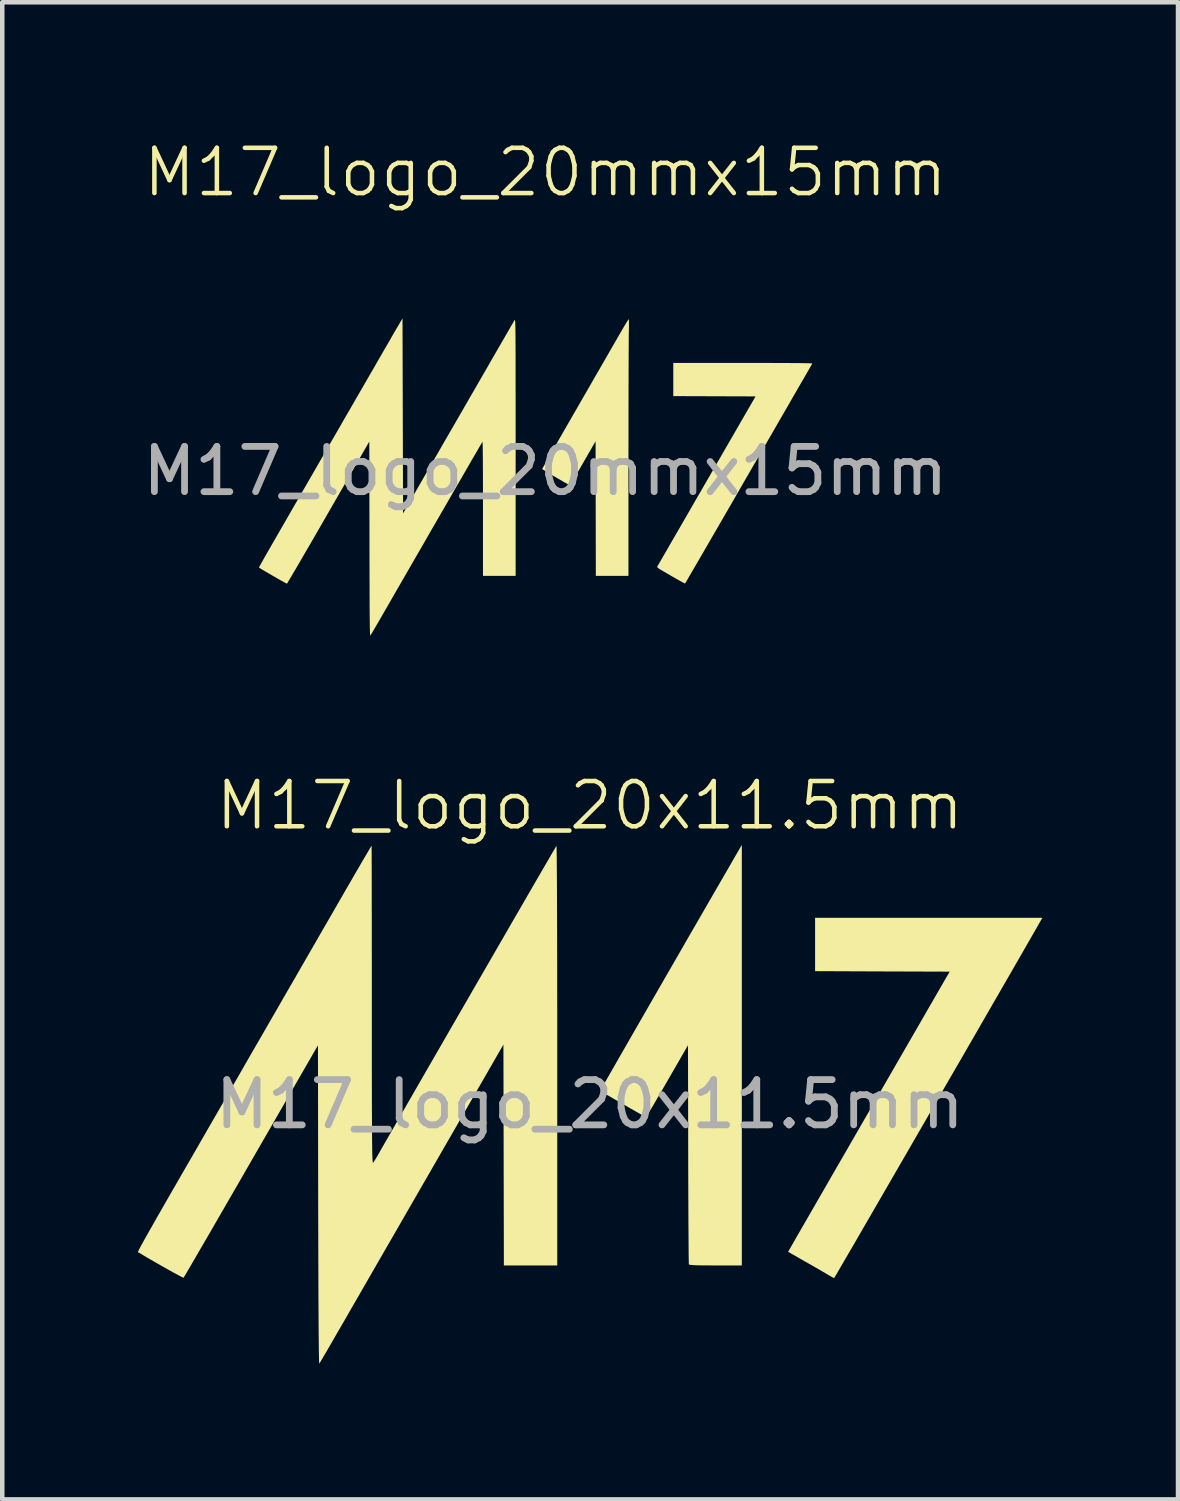
<source format=kicad_pcb>
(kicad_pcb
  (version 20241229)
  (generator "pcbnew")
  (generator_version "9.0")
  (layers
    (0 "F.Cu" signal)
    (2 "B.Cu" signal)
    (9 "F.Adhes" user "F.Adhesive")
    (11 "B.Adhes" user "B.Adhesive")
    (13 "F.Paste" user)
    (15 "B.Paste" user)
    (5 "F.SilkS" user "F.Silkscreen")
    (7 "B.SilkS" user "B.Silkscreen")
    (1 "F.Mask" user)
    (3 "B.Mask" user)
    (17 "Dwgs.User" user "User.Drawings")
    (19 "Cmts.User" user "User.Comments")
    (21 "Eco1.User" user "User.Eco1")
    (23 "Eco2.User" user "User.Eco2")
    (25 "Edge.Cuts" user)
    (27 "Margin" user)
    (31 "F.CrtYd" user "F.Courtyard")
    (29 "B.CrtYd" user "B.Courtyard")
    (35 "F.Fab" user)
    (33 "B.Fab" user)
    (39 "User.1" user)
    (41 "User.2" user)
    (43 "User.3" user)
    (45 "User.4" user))
  (footprint "M17_logo_20mmx15mm"
    (layer "F.Cu")
    (at 9.006 7.364)
    (property "Reference" "M17_logo_20mmx15mm" (at 0 -6.604 0) (unlocked yes) (layer "F.SilkS") (effects (font (size 1 1) (thickness 0.1))))
    (fp_poly (pts (xy 1.846 -3.345) (xy 1.848 -3.312) (xy 1.848 -3.259) (xy 1.848 -3.189) (xy 1.846 -3.106) (xy 1.846 -3.091) (xy 1.845 -3.053) (xy 1.844 -2.991) (xy 1.843 -2.908) (xy 1.843 -2.804) (xy 1.842 -2.68) (xy 1.841 -2.539) (xy 1.841 -2.381) (xy 1.84 -2.208) (xy 1.84 -2.02) (xy 1.839 -1.82) (xy 1.839 -1.608) (xy 1.838 -1.385) (xy 1.838 -1.154) (xy 1.838 -0.915) (xy 1.838 -0.67) (xy 1.837 -0.419) (xy 1.837 -0.254) (xy 1.837 2.317) (xy 1.477 2.317) (xy 1.116 2.317) (xy 1.113 0.829) (xy 1.11 -0.659) (xy 0.83 -0.173) (xy 0.773 -0.074) (xy 0.719 0.019) (xy 0.669 0.102) (xy 0.626 0.174) (xy 0.589 0.233) (xy 0.561 0.276) (xy 0.543 0.302) (xy 0.536 0.309) (xy 0.52 0.302) (xy 0.487 0.284) (xy 0.44 0.258) (xy 0.383 0.225) (xy 0.318 0.188) (xy 0.249 0.148) (xy 0.18 0.108) (xy 0.113 0.068) (xy 0.052 0.032) (xy 0 0) (xy -0.04 -0.025) (xy -0.064 -0.041) (xy -0.07 -0.046) (xy -0.064 -0.057) (xy -0.047 -0.089) (xy -0.019 -0.139) (xy 0.02 -0.207) (xy 0.067 -0.29) (xy 0.124 -0.389) (xy 0.188 -0.501) (xy 0.259 -0.625) (xy 0.337 -0.761) (xy 0.42 -0.906) (xy 0.509 -1.06) (xy 0.601 -1.221) (xy 0.698 -1.388) (xy 0.71 -1.41) (xy 0.81 -1.584) (xy 0.91 -1.756) (xy 1.007 -1.925) (xy 1.101 -2.089) (xy 1.192 -2.246) (xy 1.278 -2.395) (xy 1.358 -2.534) (xy 1.431 -2.662) (xy 1.497 -2.776) (xy 1.554 -2.875) (xy 1.602 -2.958) (xy 1.639 -3.023) (xy 1.661 -3.06) (xy 1.705 -3.137) (xy 1.747 -3.207) (xy 1.782 -3.266) (xy 1.811 -3.313) (xy 1.832 -3.344) (xy 1.842 -3.357) (xy 1.842 -3.357)) (stroke (width 0) (type solid)) (fill yes) (layer "F.SilkS"))
    (fp_poly (pts (xy 4.6 -2.391) (xy 4.82 -2.391) (xy 5.021 -2.39) (xy 5.203 -2.389) (xy 5.365 -2.389) (xy 5.507 -2.388) (xy 5.628 -2.387) (xy 5.727 -2.385) (xy 5.804 -2.384) (xy 5.859 -2.382) (xy 5.89 -2.381) (xy 5.898 -2.379) (xy 5.892 -2.363) (xy 5.876 -2.333) (xy 5.859 -2.303) (xy 5.849 -2.286) (xy 5.828 -2.249) (xy 5.795 -2.193) (xy 5.753 -2.119) (xy 5.7 -2.028) (xy 5.637 -1.92) (xy 5.566 -1.797) (xy 5.487 -1.66) (xy 5.4 -1.509) (xy 5.306 -1.346) (xy 5.205 -1.172) (xy 5.099 -0.987) (xy 4.987 -0.793) (xy 4.87 -0.591) (xy 4.749 -0.381) (xy 4.624 -0.165) (xy 4.496 0.057) (xy 4.458 0.122) (xy 4.33 0.344) (xy 4.205 0.561) (xy 4.084 0.771) (xy 3.967 0.973) (xy 3.855 1.167) (xy 3.748 1.351) (xy 3.647 1.525) (xy 3.553 1.688) (xy 3.466 1.838) (xy 3.386 1.975) (xy 3.315 2.098) (xy 3.252 2.206) (xy 3.199 2.297) (xy 3.155 2.372) (xy 3.122 2.429) (xy 3.099 2.466) (xy 3.089 2.484) (xy 3.088 2.485) (xy 3.075 2.48) (xy 3.044 2.464) (xy 2.998 2.439) (xy 2.938 2.405) (xy 2.868 2.366) (xy 2.791 2.322) (xy 2.769 2.309) (xy 2.681 2.258) (xy 2.611 2.217) (xy 2.558 2.186) (xy 2.52 2.162) (xy 2.494 2.144) (xy 2.479 2.131) (xy 2.473 2.121) (xy 2.473 2.113) (xy 2.477 2.105) (xy 2.477 2.105) (xy 2.485 2.091) (xy 2.505 2.058) (xy 2.535 2.006) (xy 2.575 1.936) (xy 2.625 1.85) (xy 2.684 1.749) (xy 2.75 1.633) (xy 2.824 1.505) (xy 2.905 1.366) (xy 2.991 1.216) (xy 3.083 1.057) (xy 3.179 0.891) (xy 3.279 0.717) (xy 3.372 0.556) (xy 3.479 0.372) (xy 3.585 0.188) (xy 3.689 0.008) (xy 3.79 -0.168) (xy 3.888 -0.337) (xy 3.981 -0.499) (xy 4.069 -0.651) (xy 4.151 -0.792) (xy 4.225 -0.921) (xy 4.291 -1.036) (xy 4.349 -1.136) (xy 4.396 -1.218) (xy 4.433 -1.281) (xy 4.449 -1.309) (xy 4.647 -1.651) (xy 3.738 -1.654) (xy 2.828 -1.657) (xy 2.828 -2.024) (xy 2.828 -2.391) (xy 4.363 -2.391)) (stroke (width 0) (type solid)) (fill yes) (layer "F.SilkS"))
    (fp_poly (pts (xy -3.152 -1.22) (xy -3.146 0.936) (xy -2.242 -0.633) (xy -2.079 -0.915) (xy -1.928 -1.177) (xy -1.788 -1.419) (xy -1.66 -1.642) (xy -1.541 -1.847) (xy -1.433 -2.035) (xy -1.334 -2.206) (xy -1.245 -2.361) (xy -1.164 -2.502) (xy -1.091 -2.628) (xy -1.026 -2.741) (xy -0.968 -2.841) (xy -0.917 -2.929) (xy -0.873 -3.006) (xy -0.834 -3.072) (xy -0.801 -3.129) (xy -0.774 -3.178) (xy -0.75 -3.218) (xy -0.731 -3.251) (xy -0.716 -3.277) (xy -0.704 -3.298) (xy -0.695 -3.314) (xy -0.688 -3.325) (xy -0.683 -3.333) (xy -0.68 -3.338) (xy -0.678 -3.341) (xy -0.675 -3.343) (xy -0.673 -3.343) (xy -0.671 -3.338) (xy -0.67 -3.329) (xy -0.668 -3.315) (xy -0.666 -3.295) (xy -0.665 -3.267) (xy -0.664 -3.231) (xy -0.663 -3.186) (xy -0.662 -3.131) (xy -0.661 -3.065) (xy -0.66 -2.987) (xy -0.66 -2.897) (xy -0.659 -2.792) (xy -0.659 -2.674) (xy -0.658 -2.54) (xy -0.658 -2.389) (xy -0.658 -2.222) (xy -0.658 -2.036) (xy -0.658 -1.831) (xy -0.657 -1.606) (xy -0.657 -1.36) (xy -0.657 -1.092) (xy -0.657 -0.802) (xy -0.657 -0.529) (xy -0.657 2.317) (xy -1.018 2.317) (xy -1.379 2.317) (xy -1.379 0.829) (xy -1.379 0.609) (xy -1.379 0.403) (xy -1.38 0.214) (xy -1.38 0.04) (xy -1.381 -0.116) (xy -1.382 -0.254) (xy -1.383 -0.372) (xy -1.384 -0.471) (xy -1.385 -0.549) (xy -1.387 -0.605) (xy -1.388 -0.638) (xy -1.39 -0.648) (xy -1.397 -0.637) (xy -1.415 -0.606) (xy -1.445 -0.556) (xy -1.485 -0.486) (xy -1.537 -0.396) (xy -1.601 -0.287) (xy -1.676 -0.157) (xy -1.762 -0.008) (xy -1.86 0.162) (xy -1.97 0.351) (xy -2.091 0.561) (xy -2.224 0.792) (xy -2.369 1.043) (xy -2.526 1.314) (xy -2.694 1.607) (xy -2.875 1.919) (xy -3.067 2.253) (xy -3.272 2.608) (xy -3.488 2.984) (xy -3.675 3.308) (xy -3.721 3.387) (xy -3.763 3.459) (xy -3.801 3.523) (xy -3.831 3.575) (xy -3.854 3.612) (xy -3.866 3.631) (xy -3.866 3.632) (xy -3.869 3.633) (xy -3.871 3.63) (xy -3.873 3.621) (xy -3.875 3.606) (xy -3.876 3.582) (xy -3.878 3.551) (xy -3.879 3.509) (xy -3.88 3.457) (xy -3.881 3.393) (xy -3.882 3.317) (xy -3.883 3.226) (xy -3.884 3.121) (xy -3.885 3) (xy -3.885 2.862) (xy -3.886 2.707) (xy -3.886 2.532) (xy -3.887 2.338) (xy -3.887 2.122) (xy -3.888 1.885) (xy -3.888 1.624) (xy -3.888 1.502) (xy -3.892 -0.653) (xy -4.797 0.917) (xy -4.901 1.098) (xy -5.002 1.273) (xy -5.099 1.441) (xy -5.191 1.6) (xy -5.279 1.751) (xy -5.36 1.89) (xy -5.434 2.018) (xy -5.501 2.133) (xy -5.561 2.234) (xy -5.611 2.32) (xy -5.652 2.39) (xy -5.683 2.441) (xy -5.703 2.475) (xy -5.712 2.488) (xy -5.713 2.488) (xy -5.726 2.482) (xy -5.758 2.466) (xy -5.803 2.441) (xy -5.86 2.41) (xy -5.924 2.373) (xy -5.993 2.334) (xy -6.063 2.293) (xy -6.132 2.253) (xy -6.195 2.216) (xy -6.25 2.183) (xy -6.293 2.157) (xy -6.321 2.139) (xy -6.331 2.13) (xy -6.325 2.118) (xy -6.308 2.087) (xy -6.281 2.039) (xy -6.246 1.975) (xy -6.202 1.898) (xy -6.152 1.81) (xy -6.096 1.713) (xy -6.036 1.608) (xy -6.009 1.562) (xy -5.934 1.431) (xy -5.851 1.287) (xy -5.762 1.133) (xy -5.667 0.968) (xy -5.567 0.794) (xy -5.462 0.613) (xy -5.354 0.425) (xy -5.243 0.232) (xy -5.128 0.034) (xy -5.013 -0.167) (xy -4.895 -0.37) (xy -4.778 -0.574) (xy -4.66 -0.778) (xy -4.543 -0.98) (xy -4.428 -1.181) (xy -4.314 -1.377) (xy -4.204 -1.569) (xy -4.096 -1.755) (xy -3.993 -1.934) (xy -3.894 -2.105) (xy -3.801 -2.266) (xy -3.714 -2.418) (xy -3.633 -2.557) (xy -3.56 -2.685) (xy -3.494 -2.798) (xy -3.437 -2.896) (xy -3.39 -2.979) (xy -3.352 -3.044) (xy -3.325 -3.091) (xy -3.309 -3.118) (xy -3.305 -3.125) (xy -3.279 -3.169) (xy -3.247 -3.223) (xy -3.216 -3.277) (xy -3.212 -3.284) (xy -3.158 -3.375)) (stroke (width 0) (type solid)) (fill yes) (layer "F.SilkS"))
    (fp_text user "${REFERENCE}" (at 0 0 0) (unlocked yes) (layer "F.Fab") (effects (font (size 1 1) (thickness 0.15)))))
  (footprint "M17_logo_20x11.5mm"
    (layer "F.Cu")
    (at 9.989 21.362)
    (property "Reference" "M17_logo_20x11.5mm" (at 0 -6.604 0) (unlocked yes) (layer "F.SilkS") (effects (font (size 1 1) (thickness 0.1))))
    (fp_poly (pts (xy 3.36 -1.086) (xy 3.36 3.563) (xy 2.779 3.563) (xy 2.602 3.562) (xy 2.462 3.561) (xy 2.355 3.559) (xy 2.277 3.555) (xy 2.226 3.55) (xy 2.198 3.544) (xy 2.189 3.538) (xy 2.188 3.515) (xy 2.187 3.455) (xy 2.185 3.359) (xy 2.184 3.231) (xy 2.183 3.073) (xy 2.182 2.887) (xy 2.18 2.676) (xy 2.179 2.442) (xy 2.178 2.188) (xy 2.177 1.917) (xy 2.176 1.63) (xy 2.175 1.33) (xy 2.175 1.104) (xy 2.17 -1.305) (xy 1.713 -0.513) (xy 1.619 -0.35) (xy 1.531 -0.199) (xy 1.451 -0.063) (xy 1.381 0.056) (xy 1.323 0.152) (xy 1.279 0.224) (xy 1.25 0.268) (xy 1.241 0.28) (xy 1.219 0.271) (xy 1.169 0.244) (xy 1.095 0.203) (xy 1.002 0.151) (xy 0.897 0.09) (xy 0.868 0.073) (xy 0.749 0.005) (xy 0.632 -0.062) (xy 0.525 -0.124) (xy 0.437 -0.175) (xy 0.374 -0.211) (xy 0.372 -0.212) (xy 0.307 -0.251) (xy 0.26 -0.285) (xy 0.237 -0.307) (xy 0.237 -0.31) (xy 0.247 -0.329) (xy 0.276 -0.38) (xy 0.322 -0.462) (xy 0.385 -0.572) (xy 0.463 -0.708) (xy 0.555 -0.868) (xy 0.659 -1.051) (xy 0.775 -1.252) (xy 0.901 -1.472) (xy 1.036 -1.707) (xy 1.179 -1.955) (xy 1.328 -2.214) (xy 1.483 -2.483) (xy 1.641 -2.758) (xy 1.803 -3.038) (xy 1.966 -3.321) (xy 2.129 -3.605) (xy 2.292 -3.887) (xy 2.453 -4.165) (xy 2.61 -4.437) (xy 2.763 -4.702) (xy 2.91 -4.956) (xy 3.05 -5.198) (xy 3.181 -5.426) (xy 3.244 -5.534) (xy 3.36 -5.734)) (stroke (width 0) (type solid)) (fill yes) (layer "F.SilkS"))
    (fp_poly (pts (xy 9.937 -4.006) (xy 9.889 -3.921) (xy 9.824 -3.808) (xy 9.743 -3.667) (xy 9.648 -3.502) (xy 9.54 -3.313) (xy 9.419 -3.103) (xy 9.287 -2.874) (xy 9.144 -2.627) (xy 8.993 -2.364) (xy 8.833 -2.088) (xy 8.667 -1.799) (xy 8.495 -1.501) (xy 8.318 -1.194) (xy 8.137 -0.881) (xy 7.953 -0.564) (xy 7.768 -0.243) (xy 7.583 0.077) (xy 7.398 0.397) (xy 7.215 0.714) (xy 7.035 1.026) (xy 6.858 1.331) (xy 6.687 1.627) (xy 6.521 1.913) (xy 6.363 2.187) (xy 6.213 2.446) (xy 6.072 2.689) (xy 5.942 2.914) (xy 5.823 3.12) (xy 5.716 3.303) (xy 5.623 3.463) (xy 5.545 3.597) (xy 5.483 3.704) (xy 5.437 3.782) (xy 5.409 3.829) (xy 5.401 3.843) (xy 5.379 3.833) (xy 5.334 3.808) (xy 5.28 3.777) (xy 5.23 3.747) (xy 5.152 3.702) (xy 5.053 3.644) (xy 4.94 3.579) (xy 4.819 3.51) (xy 4.776 3.486) (xy 4.383 3.261) (xy 4.489 3.077) (xy 4.554 2.963) (xy 4.635 2.822) (xy 4.73 2.658) (xy 4.837 2.472) (xy 4.955 2.267) (xy 5.084 2.044) (xy 5.221 1.806) (xy 5.365 1.555) (xy 5.516 1.294) (xy 5.672 1.024) (xy 5.832 0.747) (xy 5.994 0.466) (xy 6.157 0.183) (xy 6.32 -0.099) (xy 6.481 -0.379) (xy 6.64 -0.655) (xy 6.795 -0.923) (xy 6.945 -1.183) (xy 7.088 -1.431) (xy 7.224 -1.666) (xy 7.35 -1.885) (xy 7.466 -2.087) (xy 7.571 -2.268) (xy 7.663 -2.428) (xy 7.741 -2.562) (xy 7.804 -2.671) (xy 7.849 -2.75) (xy 7.877 -2.798) (xy 7.885 -2.812) (xy 7.956 -2.932) (xy 6.468 -2.937) (xy 4.98 -2.943) (xy 4.98 -3.533) (xy 4.98 -4.123) (xy 7.492 -4.123) (xy 10.004 -4.123)) (stroke (width 0) (type solid)) (fill yes) (layer "F.SilkS"))
    (fp_poly (pts (xy -4.824 -5.695) (xy -4.824 -5.637) (xy -4.823 -5.543) (xy -4.823 -5.415) (xy -4.822 -5.255) (xy -4.822 -5.065) (xy -4.821 -4.847) (xy -4.821 -4.603) (xy -4.821 -4.336) (xy -4.82 -4.046) (xy -4.82 -3.737) (xy -4.82 -3.41) (xy -4.819 -3.067) (xy -4.819 -2.711) (xy -4.819 -2.343) (xy -4.819 -2.19) (xy -4.819 -1.747) (xy -4.819 -1.343) (xy -4.819 -0.975) (xy -4.819 -0.642) (xy -4.818 -0.343) (xy -4.818 -0.075) (xy -4.817 0.163) (xy -4.816 0.372) (xy -4.815 0.555) (xy -4.814 0.713) (xy -4.813 0.848) (xy -4.811 0.961) (xy -4.81 1.055) (xy -4.808 1.13) (xy -4.806 1.188) (xy -4.803 1.232) (xy -4.8 1.263) (xy -4.797 1.282) (xy -4.794 1.292) (xy -4.79 1.293) (xy -4.788 1.291) (xy -4.766 1.257) (xy -4.729 1.198) (xy -4.685 1.123) (xy -4.655 1.071) (xy -4.604 0.98) (xy -4.536 0.862) (xy -4.453 0.717) (xy -4.356 0.549) (xy -4.247 0.358) (xy -4.126 0.148) (xy -3.994 -0.081) (xy -3.853 -0.325) (xy -3.705 -0.583) (xy -3.549 -0.854) (xy -3.387 -1.134) (xy -3.221 -1.422) (xy -3.052 -1.715) (xy -2.88 -2.013) (xy -2.707 -2.312) (xy -2.535 -2.611) (xy -2.363 -2.908) (xy -2.194 -3.2) (xy -2.029 -3.486) (xy -1.868 -3.764) (xy -1.714 -4.032) (xy -1.566 -4.287) (xy -1.427 -4.528) (xy -1.297 -4.752) (xy -1.178 -4.958) (xy -1.07 -5.143) (xy -0.976 -5.306) (xy -0.895 -5.445) (xy -0.83 -5.557) (xy -0.781 -5.64) (xy -0.75 -5.693) (xy -0.738 -5.713) (xy -0.738 -5.713) (xy -0.736 -5.696) (xy -0.734 -5.639) (xy -0.733 -5.546) (xy -0.731 -5.417) (xy -0.73 -5.254) (xy -0.728 -5.058) (xy -0.727 -4.832) (xy -0.726 -4.576) (xy -0.725 -4.292) (xy -0.724 -3.981) (xy -0.723 -3.646) (xy -0.722 -3.287) (xy -0.721 -2.906) (xy -0.721 -2.504) (xy -0.72 -2.084) (xy -0.72 -1.646) (xy -0.72 -1.192) (xy -0.72 -1.085) (xy -0.72 3.563) (xy -1.31 3.563) (xy -1.9 3.563) (xy -1.905 1.121) (xy -1.91 -1.32) (xy -3.579 1.577) (xy -3.837 2.024) (xy -4.075 2.437) (xy -4.295 2.819) (xy -4.497 3.169) (xy -4.682 3.49) (xy -4.851 3.783) (xy -5.004 4.049) (xy -5.143 4.29) (xy -5.268 4.506) (xy -5.379 4.7) (xy -5.478 4.871) (xy -5.566 5.023) (xy -5.642 5.155) (xy -5.708 5.269) (xy -5.765 5.368) (xy -5.813 5.451) (xy -5.854 5.52) (xy -5.887 5.576) (xy -5.913 5.621) (xy -5.934 5.657) (xy -5.95 5.684) (xy -5.962 5.703) (xy -5.97 5.716) (xy -5.976 5.725) (xy -5.98 5.73) (xy -5.982 5.733) (xy -5.982 5.733) (xy -5.984 5.716) (xy -5.986 5.66) (xy -5.988 5.568) (xy -5.99 5.44) (xy -5.992 5.279) (xy -5.994 5.087) (xy -5.996 4.865) (xy -5.997 4.615) (xy -5.999 4.338) (xy -6 4.036) (xy -6.001 3.712) (xy -6.002 3.366) (xy -6.003 3) (xy -6.004 2.616) (xy -6.005 2.224) (xy -6.01 -1.304) (xy -7.488 1.26) (xy -7.658 1.555) (xy -7.823 1.841) (xy -7.982 2.116) (xy -8.133 2.377) (xy -8.275 2.623) (xy -8.407 2.852) (xy -8.529 3.062) (xy -8.639 3.25) (xy -8.735 3.416) (xy -8.817 3.557) (xy -8.884 3.671) (xy -8.934 3.757) (xy -8.967 3.811) (xy -8.981 3.834) (xy -8.982 3.834) (xy -9.001 3.827) (xy -9.05 3.802) (xy -9.123 3.763) (xy -9.214 3.714) (xy -9.319 3.656) (xy -9.43 3.593) (xy -9.545 3.528) (xy -9.655 3.465) (xy -9.758 3.405) (xy -9.846 3.353) (xy -9.916 3.311) (xy -9.96 3.282) (xy -9.966 3.278) (xy -9.97 3.277) (xy -9.976 3.277) (xy -9.981 3.277) (xy -9.985 3.277) (xy -9.988 3.276) (xy -9.989 3.27) (xy -9.987 3.261) (xy -9.981 3.246) (xy -9.971 3.223) (xy -9.956 3.193) (xy -9.935 3.153) (xy -9.908 3.102) (xy -9.873 3.04) (xy -9.831 2.964) (xy -9.78 2.874) (xy -9.72 2.768) (xy -9.65 2.645) (xy -9.57 2.503) (xy -9.478 2.343) (xy -9.374 2.161) (xy -9.257 1.958) (xy -9.126 1.731) (xy -8.982 1.48) (xy -8.822 1.204) (xy -8.647 0.9) (xy -8.456 0.568) (xy -8.247 0.206) (xy -8.021 -0.186) (xy -7.776 -0.61) (xy -7.513 -1.068) (xy -7.471 -1.141) (xy -7.288 -1.457) (xy -7.104 -1.777) (xy -6.919 -2.097) (xy -6.736 -2.415) (xy -6.556 -2.726) (xy -6.382 -3.029) (xy -6.214 -3.32) (xy -6.055 -3.596) (xy -5.906 -3.855) (xy -5.769 -4.092) (xy -5.646 -4.305) (xy -5.539 -4.491) (xy -5.449 -4.648) (xy -5.409 -4.717) (xy -5.303 -4.899) (xy -5.204 -5.071) (xy -5.112 -5.229) (xy -5.03 -5.37) (xy -4.959 -5.491) (xy -4.901 -5.589) (xy -4.859 -5.661) (xy -4.833 -5.704) (xy -4.825 -5.715)) (stroke (width 0) (type solid)) (fill yes) (layer "F.SilkS"))
    (fp_text user "${REFERENCE}" (at 0 0 0) (unlocked yes) (layer "F.Fab") (effects (font (size 1 1) (thickness 0.15)))))
  (gr_rect
    (start -3 -3)
    (end 22.992 30.096)
    (stroke (width 0.1) (type default))
    (fill no)
    (layer "Edge.Cuts")))
</source>
